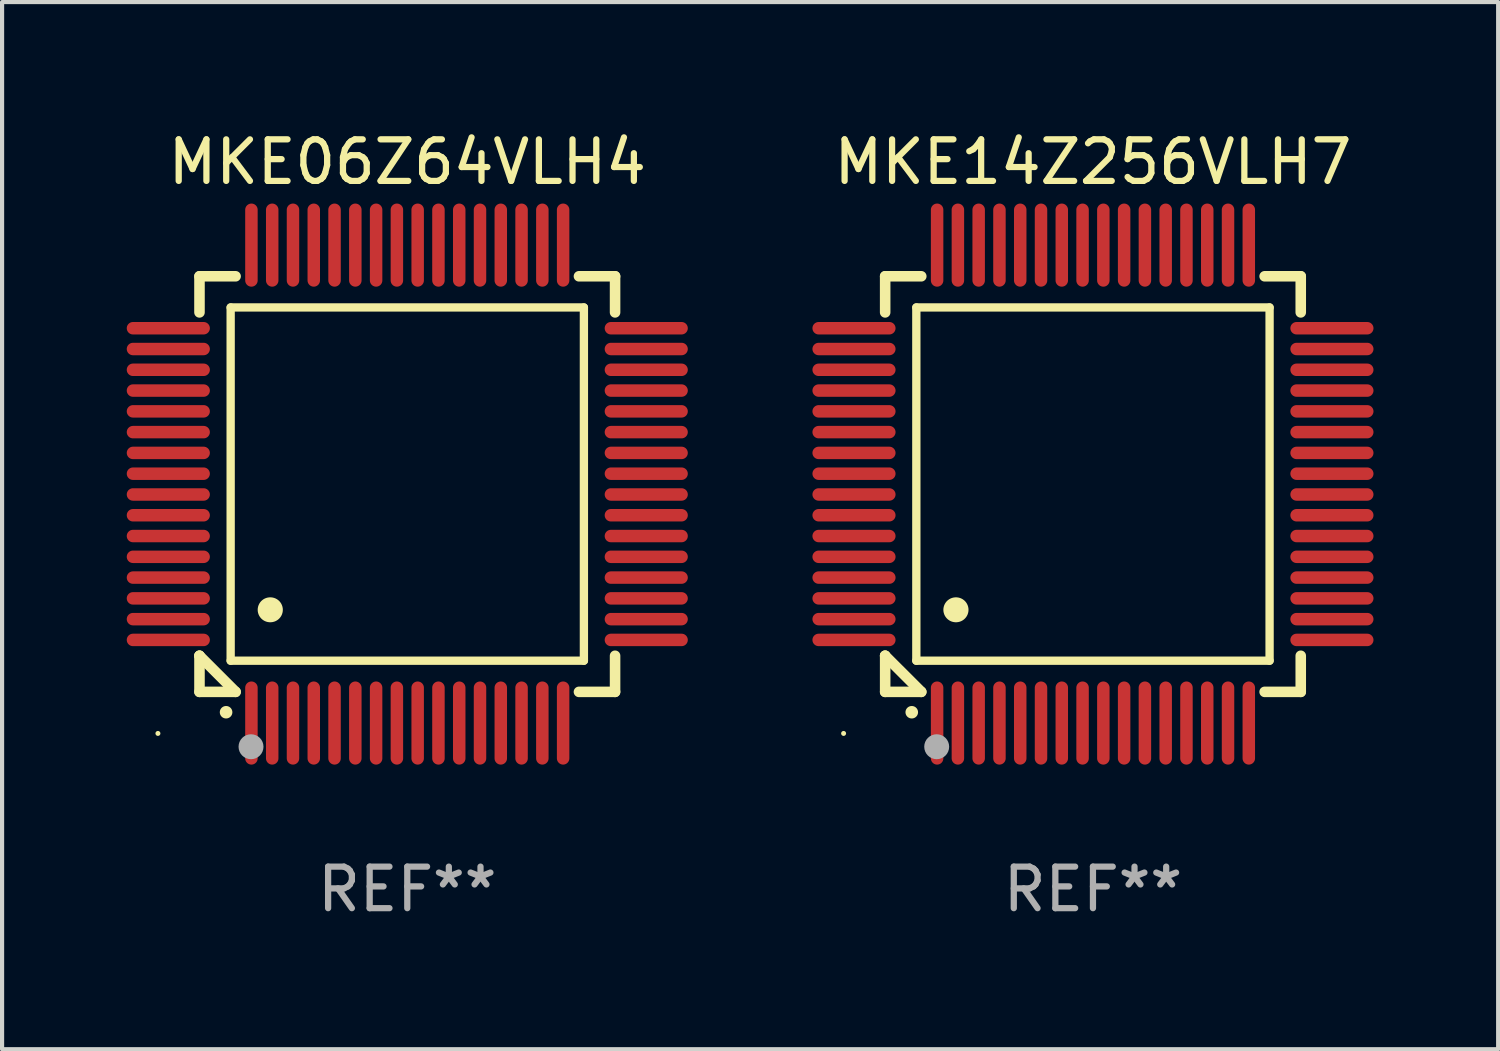
<source format=kicad_pcb>
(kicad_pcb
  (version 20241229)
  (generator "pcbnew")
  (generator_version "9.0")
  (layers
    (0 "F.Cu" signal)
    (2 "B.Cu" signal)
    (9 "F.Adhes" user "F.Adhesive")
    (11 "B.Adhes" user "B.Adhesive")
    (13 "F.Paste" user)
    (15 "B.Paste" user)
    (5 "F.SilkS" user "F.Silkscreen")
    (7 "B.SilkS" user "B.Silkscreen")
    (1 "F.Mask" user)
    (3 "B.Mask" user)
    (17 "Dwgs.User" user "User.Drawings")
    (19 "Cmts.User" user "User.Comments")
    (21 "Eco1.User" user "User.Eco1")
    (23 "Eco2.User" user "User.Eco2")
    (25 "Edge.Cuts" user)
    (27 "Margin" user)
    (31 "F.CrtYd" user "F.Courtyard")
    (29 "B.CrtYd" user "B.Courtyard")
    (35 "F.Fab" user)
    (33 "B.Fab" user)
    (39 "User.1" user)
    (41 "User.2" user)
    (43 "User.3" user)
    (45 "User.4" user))
  (footprint "MKE06Z64VLH4"
    (layer "F.Cu")
    (at 6.75 8.598)
    (property "Reference" "MKE06Z64VLH4" (at 0 -7.75 0) (layer "F.SilkS") (effects (font (size 1 1) (thickness 0.15))))
    (attr through_hole)
    (fp_line (start -5 -5) (end -4.131 -5) (stroke (width 0.254) (type solid)) (layer "F.SilkS"))
    (fp_line (start -5 -4.131) (end -5 -5) (stroke (width 0.254) (type solid)) (layer "F.SilkS"))
    (fp_line (start -5 4.131) (end -5 4.131) (stroke (width 0.254) (type solid)) (layer "F.SilkS"))
    (fp_line (start -5 5) (end -5 4.131) (stroke (width 0.254) (type solid)) (layer "F.SilkS"))
    (fp_line (start -5 4.131) (end -4.131 5) (stroke (width 0.254) (type solid)) (layer "F.SilkS"))
    (fp_line (start -4.25 -4.25) (end -4.25 4.25) (stroke (width 0.2) (type solid)) (layer "F.SilkS"))
    (fp_line (start -4.25 4.25) (end 4.25 4.25) (stroke (width 0.2) (type solid)) (layer "F.SilkS"))
    (fp_line (start -4.131 5) (end -5 5) (stroke (width 0.254) (type solid)) (layer "F.SilkS"))
    (fp_line (start 4.25 -4.25) (end -4.25 -4.25) (stroke (width 0.2) (type solid)) (layer "F.SilkS"))
    (fp_line (start 4.25 4.25) (end 4.25 -4.25) (stroke (width 0.2) (type solid)) (layer "F.SilkS"))
    (fp_line (start 5 -5) (end 4.131 -5) (stroke (width 0.254) (type solid)) (layer "F.SilkS"))
    (fp_line (start 5 -5) (end 5 -4.131) (stroke (width 0.254) (type solid)) (layer "F.SilkS"))
    (fp_line (start 5 4.131) (end 5 5) (stroke (width 0.254) (type solid)) (layer "F.SilkS"))
    (fp_line (start 5 5) (end 4.131 5) (stroke (width 0.254) (type solid)) (layer "F.SilkS"))
    (fp_arc (start -4.361265 5.489992) (mid -4.359995 5.489987) (end -4.358725 5.489992) (stroke (width 0.3) (type solid)) (layer "F.SilkS"))
    (fp_arc (start -3.299467 3.025146) (mid -3.296927 3.025135) (end -3.294387 3.025146) (stroke (width 0.6) (type solid)) (layer "F.SilkS"))
    (fp_circle (center -6 6) (end -5.97 6) (stroke (width 0.06) (type solid)) (fill no) (layer "F.SilkS"))
    (fp_circle (center -3.76 6.32) (end -3.61 6.32) (stroke (width 0.3) (type solid)) (fill no) (layer "F.Fab"))
    (fp_text user "REF**" (at 0 9.75 0) (layer "F.Fab") (effects (font (size 1 1) (thickness 0.15))))
    (pad "1" smd oval (at -3.75 5.75) (size 0.3 2) (layers "F.Cu" "F.Mask" "F.Paste"))
    (pad "2" smd oval (at -3.25 5.75) (size 0.3 2) (layers "F.Cu" "F.Mask" "F.Paste"))
    (pad "3" smd oval (at -2.75 5.75) (size 0.3 2) (layers "F.Cu" "F.Mask" "F.Paste"))
    (pad "4" smd oval (at -2.25 5.75) (size 0.3 2) (layers "F.Cu" "F.Mask" "F.Paste"))
    (pad "5" smd oval (at -1.75 5.75) (size 0.3 2) (layers "F.Cu" "F.Mask" "F.Paste"))
    (pad "6" smd oval (at -1.25 5.75) (size 0.3 2) (layers "F.Cu" "F.Mask" "F.Paste"))
    (pad "7" smd oval (at -0.75 5.75) (size 0.3 2) (layers "F.Cu" "F.Mask" "F.Paste"))
    (pad "8" smd oval (at -0.25 5.75) (size 0.3 2) (layers "F.Cu" "F.Mask" "F.Paste"))
    (pad "9" smd oval (at 0.25 5.75) (size 0.3 2) (layers "F.Cu" "F.Mask" "F.Paste"))
    (pad "10" smd oval (at 0.75 5.75) (size 0.3 2) (layers "F.Cu" "F.Mask" "F.Paste"))
    (pad "11" smd oval (at 1.25 5.75) (size 0.3 2) (layers "F.Cu" "F.Mask" "F.Paste"))
    (pad "12" smd oval (at 1.75 5.75) (size 0.3 2) (layers "F.Cu" "F.Mask" "F.Paste"))
    (pad "13" smd oval (at 2.25 5.75) (size 0.3 2) (layers "F.Cu" "F.Mask" "F.Paste"))
    (pad "14" smd oval (at 2.75 5.75) (size 0.3 2) (layers "F.Cu" "F.Mask" "F.Paste"))
    (pad "15" smd oval (at 3.25 5.75) (size 0.3 2) (layers "F.Cu" "F.Mask" "F.Paste"))
    (pad "16" smd oval (at 3.75 5.75) (size 0.3 2) (layers "F.Cu" "F.Mask" "F.Paste"))
    (pad "17" smd oval (at 5.75 3.75) (size 2 0.3) (layers "F.Cu" "F.Mask" "F.Paste"))
    (pad "18" smd oval (at 5.75 3.25) (size 2 0.3) (layers "F.Cu" "F.Mask" "F.Paste"))
    (pad "19" smd oval (at 5.75 2.75) (size 2 0.3) (layers "F.Cu" "F.Mask" "F.Paste"))
    (pad "20" smd oval (at 5.75 2.25) (size 2 0.3) (layers "F.Cu" "F.Mask" "F.Paste"))
    (pad "21" smd oval (at 5.75 1.75) (size 2 0.3) (layers "F.Cu" "F.Mask" "F.Paste"))
    (pad "22" smd oval (at 5.75 1.25) (size 2 0.3) (layers "F.Cu" "F.Mask" "F.Paste"))
    (pad "23" smd oval (at 5.75 0.75) (size 2 0.3) (layers "F.Cu" "F.Mask" "F.Paste"))
    (pad "24" smd oval (at 5.75 0.25) (size 2 0.3) (layers "F.Cu" "F.Mask" "F.Paste"))
    (pad "25" smd oval (at 5.75 -0.25) (size 2 0.3) (layers "F.Cu" "F.Mask" "F.Paste"))
    (pad "26" smd oval (at 5.75 -0.75) (size 2 0.3) (layers "F.Cu" "F.Mask" "F.Paste"))
    (pad "27" smd oval (at 5.75 -1.25) (size 2 0.3) (layers "F.Cu" "F.Mask" "F.Paste"))
    (pad "28" smd oval (at 5.75 -1.75) (size 2 0.3) (layers "F.Cu" "F.Mask" "F.Paste"))
    (pad "29" smd oval (at 5.75 -2.25) (size 2 0.3) (layers "F.Cu" "F.Mask" "F.Paste"))
    (pad "30" smd oval (at 5.75 -2.75) (size 2 0.3) (layers "F.Cu" "F.Mask" "F.Paste"))
    (pad "31" smd oval (at 5.75 -3.25) (size 2 0.3) (layers "F.Cu" "F.Mask" "F.Paste"))
    (pad "32" smd oval (at 5.75 -3.75) (size 2 0.3) (layers "F.Cu" "F.Mask" "F.Paste"))
    (pad "33" smd oval (at 3.75 -5.75) (size 0.3 2) (layers "F.Cu" "F.Mask" "F.Paste"))
    (pad "34" smd oval (at 3.25 -5.75) (size 0.3 2) (layers "F.Cu" "F.Mask" "F.Paste"))
    (pad "35" smd oval (at 2.75 -5.75) (size 0.3 2) (layers "F.Cu" "F.Mask" "F.Paste"))
    (pad "36" smd oval (at 2.25 -5.75) (size 0.3 2) (layers "F.Cu" "F.Mask" "F.Paste"))
    (pad "37" smd oval (at 1.75 -5.75) (size 0.3 2) (layers "F.Cu" "F.Mask" "F.Paste"))
    (pad "38" smd oval (at 1.25 -5.75) (size 0.3 2) (layers "F.Cu" "F.Mask" "F.Paste"))
    (pad "39" smd oval (at 0.75 -5.75) (size 0.3 2) (layers "F.Cu" "F.Mask" "F.Paste"))
    (pad "40" smd oval (at 0.25 -5.75) (size 0.3 2) (layers "F.Cu" "F.Mask" "F.Paste"))
    (pad "41" smd oval (at -0.25 -5.75) (size 0.3 2) (layers "F.Cu" "F.Mask" "F.Paste"))
    (pad "42" smd oval (at -0.75 -5.75) (size 0.3 2) (layers "F.Cu" "F.Mask" "F.Paste"))
    (pad "43" smd oval (at -1.25 -5.75) (size 0.3 2) (layers "F.Cu" "F.Mask" "F.Paste"))
    (pad "44" smd oval (at -1.75 -5.75) (size 0.3 2) (layers "F.Cu" "F.Mask" "F.Paste"))
    (pad "45" smd oval (at -2.25 -5.75) (size 0.3 2) (layers "F.Cu" "F.Mask" "F.Paste"))
    (pad "46" smd oval (at -2.75 -5.75) (size 0.3 2) (layers "F.Cu" "F.Mask" "F.Paste"))
    (pad "47" smd oval (at -3.25 -5.75) (size 0.3 2) (layers "F.Cu" "F.Mask" "F.Paste"))
    (pad "48" smd oval (at -3.75 -5.75) (size 0.3 2) (layers "F.Cu" "F.Mask" "F.Paste"))
    (pad "49" smd oval (at -5.75 -3.75) (size 2 0.3) (layers "F.Cu" "F.Mask" "F.Paste"))
    (pad "50" smd oval (at -5.75 -3.25) (size 2 0.3) (layers "F.Cu" "F.Mask" "F.Paste"))
    (pad "51" smd oval (at -5.75 -2.75) (size 2 0.3) (layers "F.Cu" "F.Mask" "F.Paste"))
    (pad "52" smd oval (at -5.75 -2.25) (size 2 0.3) (layers "F.Cu" "F.Mask" "F.Paste"))
    (pad "53" smd oval (at -5.75 -1.75) (size 2 0.3) (layers "F.Cu" "F.Mask" "F.Paste"))
    (pad "54" smd oval (at -5.75 -1.25) (size 2 0.3) (layers "F.Cu" "F.Mask" "F.Paste"))
    (pad "55" smd oval (at -5.75 -0.75) (size 2 0.3) (layers "F.Cu" "F.Mask" "F.Paste"))
    (pad "56" smd oval (at -5.75 -0.25) (size 2 0.3) (layers "F.Cu" "F.Mask" "F.Paste"))
    (pad "57" smd oval (at -5.75 0.25) (size 2 0.3) (layers "F.Cu" "F.Mask" "F.Paste"))
    (pad "58" smd oval (at -5.75 0.75) (size 2 0.3) (layers "F.Cu" "F.Mask" "F.Paste"))
    (pad "59" smd oval (at -5.75 1.25) (size 2 0.3) (layers "F.Cu" "F.Mask" "F.Paste"))
    (pad "60" smd oval (at -5.75 1.75) (size 2 0.3) (layers "F.Cu" "F.Mask" "F.Paste"))
    (pad "61" smd oval (at -5.75 2.25) (size 2 0.3) (layers "F.Cu" "F.Mask" "F.Paste"))
    (pad "62" smd oval (at -5.75 2.75) (size 2 0.3) (layers "F.Cu" "F.Mask" "F.Paste"))
    (pad "63" smd oval (at -5.75 3.25) (size 2 0.3) (layers "F.Cu" "F.Mask" "F.Paste"))
    (pad "64" smd oval (at -5.75 3.75) (size 2 0.3) (layers "F.Cu" "F.Mask" "F.Paste")))
  (footprint "MKE14Z256VLH7"
    (layer "F.Cu")
    (at 23.249 8.598)
    (property "Reference" "MKE14Z256VLH7" (at 0 -7.75 0) (layer "F.SilkS") (effects (font (size 1 1) (thickness 0.15))))
    (attr through_hole)
    (fp_line (start -5 -5) (end -4.131 -5) (stroke (width 0.254) (type solid)) (layer "F.SilkS"))
    (fp_line (start -5 -4.131) (end -5 -5) (stroke (width 0.254) (type solid)) (layer "F.SilkS"))
    (fp_line (start -5 4.131) (end -5 4.131) (stroke (width 0.254) (type solid)) (layer "F.SilkS"))
    (fp_line (start -5 5) (end -5 4.131) (stroke (width 0.254) (type solid)) (layer "F.SilkS"))
    (fp_line (start -5 4.131) (end -4.131 5) (stroke (width 0.254) (type solid)) (layer "F.SilkS"))
    (fp_line (start -4.25 -4.25) (end -4.25 4.25) (stroke (width 0.2) (type solid)) (layer "F.SilkS"))
    (fp_line (start -4.25 4.25) (end 4.25 4.25) (stroke (width 0.2) (type solid)) (layer "F.SilkS"))
    (fp_line (start -4.131 5) (end -5 5) (stroke (width 0.254) (type solid)) (layer "F.SilkS"))
    (fp_line (start 4.25 -4.25) (end -4.25 -4.25) (stroke (width 0.2) (type solid)) (layer "F.SilkS"))
    (fp_line (start 4.25 4.25) (end 4.25 -4.25) (stroke (width 0.2) (type solid)) (layer "F.SilkS"))
    (fp_line (start 5 -5) (end 4.131 -5) (stroke (width 0.254) (type solid)) (layer "F.SilkS"))
    (fp_line (start 5 -5) (end 5 -4.131) (stroke (width 0.254) (type solid)) (layer "F.SilkS"))
    (fp_line (start 5 4.131) (end 5 5) (stroke (width 0.254) (type solid)) (layer "F.SilkS"))
    (fp_line (start 5 5) (end 4.131 5) (stroke (width 0.254) (type solid)) (layer "F.SilkS"))
    (fp_arc (start -4.361265 5.489992) (mid -4.359995 5.489987) (end -4.358725 5.489992) (stroke (width 0.3) (type solid)) (layer "F.SilkS"))
    (fp_arc (start -3.299467 3.025146) (mid -3.296927 3.025135) (end -3.294387 3.025146) (stroke (width 0.6) (type solid)) (layer "F.SilkS"))
    (fp_circle (center -6 6) (end -5.97 6) (stroke (width 0.06) (type solid)) (fill no) (layer "F.SilkS"))
    (fp_circle (center -3.76 6.32) (end -3.61 6.32) (stroke (width 0.3) (type solid)) (fill no) (layer "F.Fab"))
    (fp_text user "REF**" (at 0 9.75 0) (layer "F.Fab") (effects (font (size 1 1) (thickness 0.15))))
    (pad "1" smd oval (at -3.75 5.75) (size 0.3 2) (layers "F.Cu" "F.Mask" "F.Paste"))
    (pad "2" smd oval (at -3.25 5.75) (size 0.3 2) (layers "F.Cu" "F.Mask" "F.Paste"))
    (pad "3" smd oval (at -2.75 5.75) (size 0.3 2) (layers "F.Cu" "F.Mask" "F.Paste"))
    (pad "4" smd oval (at -2.25 5.75) (size 0.3 2) (layers "F.Cu" "F.Mask" "F.Paste"))
    (pad "5" smd oval (at -1.75 5.75) (size 0.3 2) (layers "F.Cu" "F.Mask" "F.Paste"))
    (pad "6" smd oval (at -1.25 5.75) (size 0.3 2) (layers "F.Cu" "F.Mask" "F.Paste"))
    (pad "7" smd oval (at -0.75 5.75) (size 0.3 2) (layers "F.Cu" "F.Mask" "F.Paste"))
    (pad "8" smd oval (at -0.25 5.75) (size 0.3 2) (layers "F.Cu" "F.Mask" "F.Paste"))
    (pad "9" smd oval (at 0.25 5.75) (size 0.3 2) (layers "F.Cu" "F.Mask" "F.Paste"))
    (pad "10" smd oval (at 0.75 5.75) (size 0.3 2) (layers "F.Cu" "F.Mask" "F.Paste"))
    (pad "11" smd oval (at 1.25 5.75) (size 0.3 2) (layers "F.Cu" "F.Mask" "F.Paste"))
    (pad "12" smd oval (at 1.75 5.75) (size 0.3 2) (layers "F.Cu" "F.Mask" "F.Paste"))
    (pad "13" smd oval (at 2.25 5.75) (size 0.3 2) (layers "F.Cu" "F.Mask" "F.Paste"))
    (pad "14" smd oval (at 2.75 5.75) (size 0.3 2) (layers "F.Cu" "F.Mask" "F.Paste"))
    (pad "15" smd oval (at 3.25 5.75) (size 0.3 2) (layers "F.Cu" "F.Mask" "F.Paste"))
    (pad "16" smd oval (at 3.75 5.75) (size 0.3 2) (layers "F.Cu" "F.Mask" "F.Paste"))
    (pad "17" smd oval (at 5.75 3.75) (size 2 0.3) (layers "F.Cu" "F.Mask" "F.Paste"))
    (pad "18" smd oval (at 5.75 3.25) (size 2 0.3) (layers "F.Cu" "F.Mask" "F.Paste"))
    (pad "19" smd oval (at 5.75 2.75) (size 2 0.3) (layers "F.Cu" "F.Mask" "F.Paste"))
    (pad "20" smd oval (at 5.75 2.25) (size 2 0.3) (layers "F.Cu" "F.Mask" "F.Paste"))
    (pad "21" smd oval (at 5.75 1.75) (size 2 0.3) (layers "F.Cu" "F.Mask" "F.Paste"))
    (pad "22" smd oval (at 5.75 1.25) (size 2 0.3) (layers "F.Cu" "F.Mask" "F.Paste"))
    (pad "23" smd oval (at 5.75 0.75) (size 2 0.3) (layers "F.Cu" "F.Mask" "F.Paste"))
    (pad "24" smd oval (at 5.75 0.25) (size 2 0.3) (layers "F.Cu" "F.Mask" "F.Paste"))
    (pad "25" smd oval (at 5.75 -0.25) (size 2 0.3) (layers "F.Cu" "F.Mask" "F.Paste"))
    (pad "26" smd oval (at 5.75 -0.75) (size 2 0.3) (layers "F.Cu" "F.Mask" "F.Paste"))
    (pad "27" smd oval (at 5.75 -1.25) (size 2 0.3) (layers "F.Cu" "F.Mask" "F.Paste"))
    (pad "28" smd oval (at 5.75 -1.75) (size 2 0.3) (layers "F.Cu" "F.Mask" "F.Paste"))
    (pad "29" smd oval (at 5.75 -2.25) (size 2 0.3) (layers "F.Cu" "F.Mask" "F.Paste"))
    (pad "30" smd oval (at 5.75 -2.75) (size 2 0.3) (layers "F.Cu" "F.Mask" "F.Paste"))
    (pad "31" smd oval (at 5.75 -3.25) (size 2 0.3) (layers "F.Cu" "F.Mask" "F.Paste"))
    (pad "32" smd oval (at 5.75 -3.75) (size 2 0.3) (layers "F.Cu" "F.Mask" "F.Paste"))
    (pad "33" smd oval (at 3.75 -5.75) (size 0.3 2) (layers "F.Cu" "F.Mask" "F.Paste"))
    (pad "34" smd oval (at 3.25 -5.75) (size 0.3 2) (layers "F.Cu" "F.Mask" "F.Paste"))
    (pad "35" smd oval (at 2.75 -5.75) (size 0.3 2) (layers "F.Cu" "F.Mask" "F.Paste"))
    (pad "36" smd oval (at 2.25 -5.75) (size 0.3 2) (layers "F.Cu" "F.Mask" "F.Paste"))
    (pad "37" smd oval (at 1.75 -5.75) (size 0.3 2) (layers "F.Cu" "F.Mask" "F.Paste"))
    (pad "38" smd oval (at 1.25 -5.75) (size 0.3 2) (layers "F.Cu" "F.Mask" "F.Paste"))
    (pad "39" smd oval (at 0.75 -5.75) (size 0.3 2) (layers "F.Cu" "F.Mask" "F.Paste"))
    (pad "40" smd oval (at 0.25 -5.75) (size 0.3 2) (layers "F.Cu" "F.Mask" "F.Paste"))
    (pad "41" smd oval (at -0.25 -5.75) (size 0.3 2) (layers "F.Cu" "F.Mask" "F.Paste"))
    (pad "42" smd oval (at -0.75 -5.75) (size 0.3 2) (layers "F.Cu" "F.Mask" "F.Paste"))
    (pad "43" smd oval (at -1.25 -5.75) (size 0.3 2) (layers "F.Cu" "F.Mask" "F.Paste"))
    (pad "44" smd oval (at -1.75 -5.75) (size 0.3 2) (layers "F.Cu" "F.Mask" "F.Paste"))
    (pad "45" smd oval (at -2.25 -5.75) (size 0.3 2) (layers "F.Cu" "F.Mask" "F.Paste"))
    (pad "46" smd oval (at -2.75 -5.75) (size 0.3 2) (layers "F.Cu" "F.Mask" "F.Paste"))
    (pad "47" smd oval (at -3.25 -5.75) (size 0.3 2) (layers "F.Cu" "F.Mask" "F.Paste"))
    (pad "48" smd oval (at -3.75 -5.75) (size 0.3 2) (layers "F.Cu" "F.Mask" "F.Paste"))
    (pad "49" smd oval (at -5.75 -3.75) (size 2 0.3) (layers "F.Cu" "F.Mask" "F.Paste"))
    (pad "50" smd oval (at -5.75 -3.25) (size 2 0.3) (layers "F.Cu" "F.Mask" "F.Paste"))
    (pad "51" smd oval (at -5.75 -2.75) (size 2 0.3) (layers "F.Cu" "F.Mask" "F.Paste"))
    (pad "52" smd oval (at -5.75 -2.25) (size 2 0.3) (layers "F.Cu" "F.Mask" "F.Paste"))
    (pad "53" smd oval (at -5.75 -1.75) (size 2 0.3) (layers "F.Cu" "F.Mask" "F.Paste"))
    (pad "54" smd oval (at -5.75 -1.25) (size 2 0.3) (layers "F.Cu" "F.Mask" "F.Paste"))
    (pad "55" smd oval (at -5.75 -0.75) (size 2 0.3) (layers "F.Cu" "F.Mask" "F.Paste"))
    (pad "56" smd oval (at -5.75 -0.25) (size 2 0.3) (layers "F.Cu" "F.Mask" "F.Paste"))
    (pad "57" smd oval (at -5.75 0.25) (size 2 0.3) (layers "F.Cu" "F.Mask" "F.Paste"))
    (pad "58" smd oval (at -5.75 0.75) (size 2 0.3) (layers "F.Cu" "F.Mask" "F.Paste"))
    (pad "59" smd oval (at -5.75 1.25) (size 2 0.3) (layers "F.Cu" "F.Mask" "F.Paste"))
    (pad "60" smd oval (at -5.75 1.75) (size 2 0.3) (layers "F.Cu" "F.Mask" "F.Paste"))
    (pad "61" smd oval (at -5.75 2.25) (size 2 0.3) (layers "F.Cu" "F.Mask" "F.Paste"))
    (pad "62" smd oval (at -5.75 2.75) (size 2 0.3) (layers "F.Cu" "F.Mask" "F.Paste"))
    (pad "63" smd oval (at -5.75 3.25) (size 2 0.3) (layers "F.Cu" "F.Mask" "F.Paste"))
    (pad "64" smd oval (at -5.75 3.75) (size 2 0.3) (layers "F.Cu" "F.Mask" "F.Paste")))
  (gr_rect
    (start -3 -3)
    (end 32.999 22.196)
    (stroke (width 0.1) (type default))
    (fill no)
    (layer "Edge.Cuts")))
</source>
